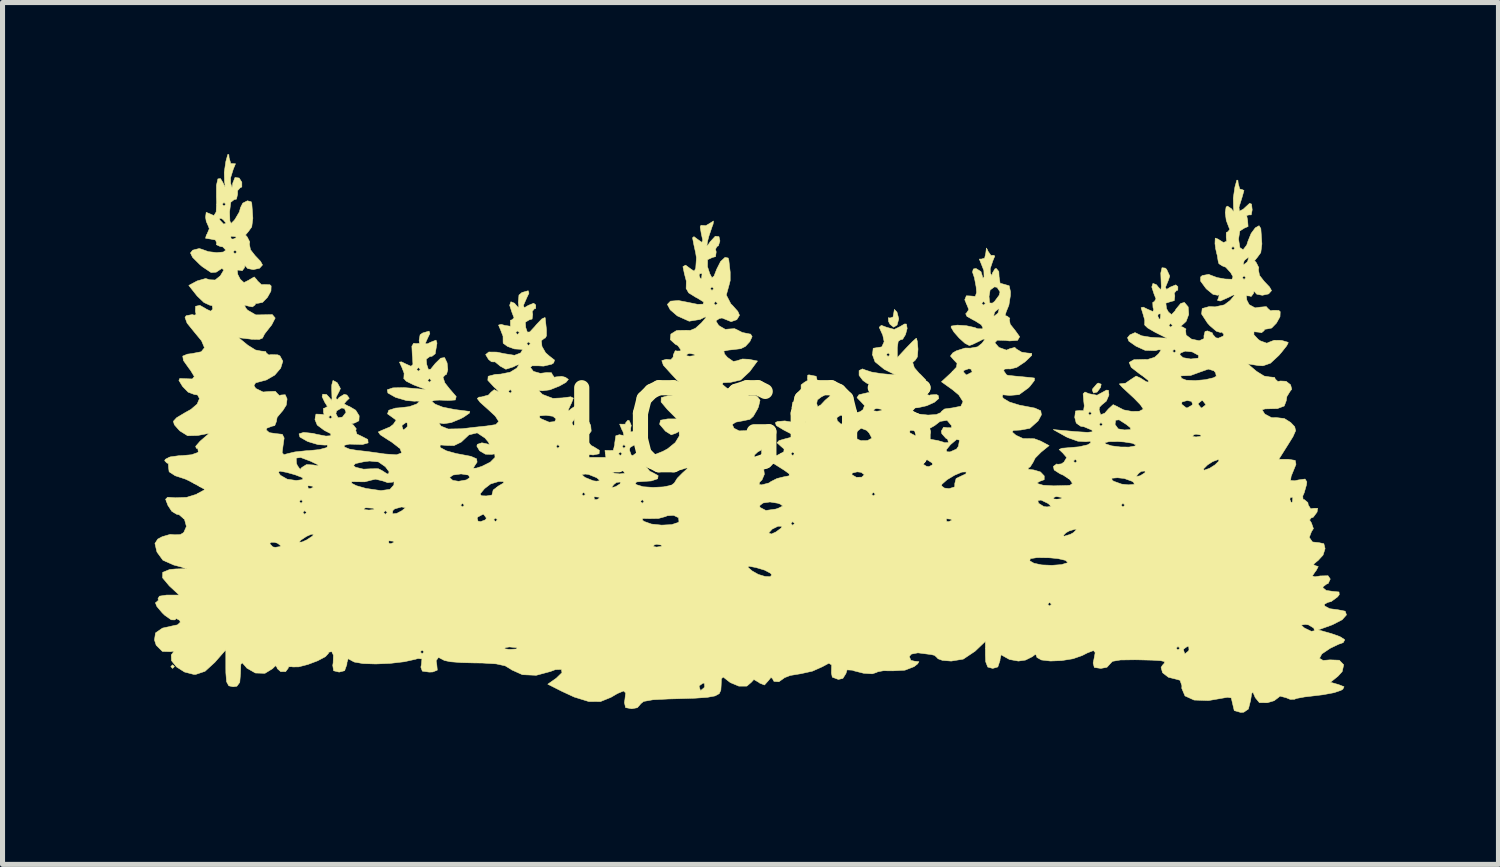
<source format=kicad_pcb>
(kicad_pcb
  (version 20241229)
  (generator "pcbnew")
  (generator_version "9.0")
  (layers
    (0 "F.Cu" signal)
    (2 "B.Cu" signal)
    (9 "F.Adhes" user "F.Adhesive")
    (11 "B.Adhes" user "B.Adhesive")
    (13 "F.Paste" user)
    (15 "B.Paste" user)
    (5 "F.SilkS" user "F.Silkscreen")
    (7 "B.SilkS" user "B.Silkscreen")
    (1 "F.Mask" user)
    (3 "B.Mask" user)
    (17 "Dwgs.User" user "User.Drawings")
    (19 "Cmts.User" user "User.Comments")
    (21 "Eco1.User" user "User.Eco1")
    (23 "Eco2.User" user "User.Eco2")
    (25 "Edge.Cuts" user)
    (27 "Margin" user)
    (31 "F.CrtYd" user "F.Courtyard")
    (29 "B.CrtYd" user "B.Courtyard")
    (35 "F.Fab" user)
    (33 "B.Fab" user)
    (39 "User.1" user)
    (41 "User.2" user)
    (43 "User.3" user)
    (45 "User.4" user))
  (footprint "LOGO3"
    (layer "F.Cu")
    (at 11.794 5.453)
    (property "Reference" "LOGO3" (at 0 0 0) (layer "F.SilkS") (effects (font (size 1.524 1.524) (thickness 0.3))))
    (attr through_hole)
    (fp_poly (pts (xy -11.394 4.681) (xy -11.43 4.717) (xy -11.466 4.681) (xy -11.43 4.645) (xy -11.394 4.681)) (stroke (width 0.01) (type solid)) (fill yes) (layer "F.SilkS"))
    (fp_poly (pts (xy 6.935 -0.904) (xy 6.923 -0.841) (xy 6.856 -0.749) (xy 6.783 -0.729) (xy 6.76 -0.788) (xy 6.766 -0.812) (xy 6.855 -0.915) (xy 6.881 -0.927) (xy 6.935 -0.904)) (stroke (width 0.01) (type solid)) (fill yes) (layer "F.SilkS"))
    (fp_poly (pts (xy 2.895 -2.333) (xy 2.897 -2.329) (xy 2.932 -2.196) (xy 2.898 -2.074) (xy 2.83 -2.032) (xy 2.758 -2.09) (xy 2.73 -2.145) (xy 2.725 -2.22) (xy 2.759 -2.213) (xy 2.818 -2.233) (xy 2.831 -2.3) (xy 2.845 -2.384) (xy 2.895 -2.333)) (stroke (width 0.01) (type solid)) (fill yes) (layer "F.SilkS"))
    (fp_poly (pts (xy -10.318 -5.447) (xy -10.313 -5.384) (xy -10.28 -5.269) (xy -10.225 -5.266) (xy -10.186 -5.264) (xy -10.23 -5.158) (xy -10.284 -4.985) (xy -10.282 -4.877) (xy -10.255 -4.793) (xy -10.243 -4.853) (xy -10.241 -4.88) (xy -10.196 -4.993) (xy -10.114 -4.982) (xy -10.061 -4.899) (xy -10.061 -4.805) (xy -10.093 -4.79) (xy -10.145 -4.732) (xy -10.145 -4.663) (xy -10.167 -4.565) (xy -10.214 -4.554) (xy -10.28 -4.502) (xy -10.303 -4.315) (xy -10.303 -4.3) (xy -10.297 -4.13) (xy -10.272 -4.085) (xy -10.211 -4.146) (xy -10.194 -4.169) (xy -10.11 -4.312) (xy -10.087 -4.397) (xy -10.043 -4.485) (xy -9.951 -4.532) (xy -9.876 -4.513) (xy -9.864 -4.479) (xy -9.854 -4.344) (xy -9.843 -4.186) (xy -9.865 -4.015) (xy -9.931 -3.924) (xy -9.989 -3.855) (xy -9.955 -3.818) (xy -9.904 -3.717) (xy -9.912 -3.676) (xy -9.89 -3.564) (xy -9.8 -3.449) (xy -9.691 -3.334) (xy -9.652 -3.263) (xy -9.71 -3.198) (xy -9.834 -3.171) (xy -9.945 -3.192) (xy -9.969 -3.219) (xy -10.001 -3.252) (xy -10.009 -3.207) (xy -10.055 -3.147) (xy -10.087 -3.157) (xy -10.152 -3.162) (xy -10.141 -3.075) (xy -10.092 -2.98) (xy -10.019 -2.914) (xy -9.918 -2.965) (xy -9.912 -2.97) (xy -9.815 -3.026) (xy -9.76 -2.964) (xy -9.756 -2.952) (xy -9.672 -2.873) (xy -9.617 -2.876) (xy -9.506 -2.871) (xy -9.481 -2.847) (xy -9.485 -2.747) (xy -9.555 -2.621) (xy -9.65 -2.523) (xy -9.73 -2.507) (xy -9.793 -2.497) (xy -9.797 -2.474) (xy -9.852 -2.433) (xy -9.924 -2.447) (xy -10.009 -2.469) (xy -9.986 -2.415) (xy -9.949 -2.37) (xy -9.784 -2.275) (xy -9.641 -2.277) (xy -9.458 -2.281) (xy -9.401 -2.213) (xy -9.471 -2.076) (xy -9.508 -2.03) (xy -9.611 -1.898) (xy -9.652 -1.816) (xy -9.715 -1.79) (xy -9.868 -1.793) (xy -9.888 -1.796) (xy -10.124 -1.824) (xy -9.942 -1.675) (xy -9.791 -1.581) (xy -9.673 -1.558) (xy -9.67 -1.559) (xy -9.588 -1.55) (xy -9.579 -1.524) (xy -9.527 -1.482) (xy -9.489 -1.489) (xy -9.35 -1.485) (xy -9.308 -1.465) (xy -9.25 -1.36) (xy -9.293 -1.221) (xy -9.41 -1.084) (xy -9.576 -0.988) (xy -9.636 -0.972) (xy -9.789 -0.931) (xy -9.821 -0.877) (xy -9.786 -0.821) (xy -9.641 -0.75) (xy -9.53 -0.759) (xy -9.399 -0.764) (xy -9.362 -0.723) (xy -9.317 -0.678) (xy -9.289 -0.69) (xy -9.203 -0.696) (xy -9.166 -0.613) (xy -9.182 -0.491) (xy -9.254 -0.377) (xy -9.264 -0.368) (xy -9.363 -0.249) (xy -9.379 -0.162) (xy -9.41 -0.085) (xy -9.465 -0.073) (xy -9.565 -0.035) (xy -9.579 0) (xy -9.517 0.054) (xy -9.389 0.073) (xy -9.26 0.087) (xy -9.224 0.16) (xy -9.244 0.298) (xy -9.264 0.449) (xy -9.229 0.49) (xy -9.162 0.471) (xy -9.01 0.435) (xy -8.791 0.412) (xy -8.733 0.409) (xy -8.529 0.389) (xy -8.391 0.352) (xy -8.37 0.338) (xy -8.37 0.297) (xy -8.418 0.3) (xy -8.555 0.29) (xy -8.746 0.233) (xy -8.768 0.224) (xy -8.912 0.141) (xy -8.93 0.078) (xy -8.838 0.049) (xy -8.656 0.068) (xy -8.584 0.086) (xy -8.398 0.122) (xy -8.299 0.115) (xy -8.304 0.073) (xy -8.428 0.01) (xy -8.57 -0.096) (xy -8.615 -0.206) (xy -8.606 -0.254) (xy -8.346 -0.254) (xy -8.309 -0.218) (xy -8.273 -0.254) (xy -8.309 -0.29) (xy -8.346 -0.254) (xy -8.606 -0.254) (xy -8.595 -0.313) (xy -8.51 -0.31) (xy -8.433 -0.302) (xy -8.438 -0.321) (xy -8.201 -0.321) (xy -8.158 -0.241) (xy -8.071 -0.254) (xy -7.999 -0.349) (xy -8.031 -0.423) (xy -8.086 -0.435) (xy -8.186 -0.377) (xy -8.201 -0.321) (xy -8.438 -0.321) (xy -8.447 -0.351) (xy -8.447 -0.426) (xy -8.414 -0.435) (xy -8.368 -0.464) (xy -8.42 -0.546) (xy -8.473 -0.658) (xy -8.461 -0.707) (xy -8.386 -0.701) (xy -8.339 -0.651) (xy -8.283 -0.582) (xy -8.277 -0.638) (xy -8.279 -0.653) (xy -8.284 -0.823) (xy -8.282 -0.892) (xy -8.258 -0.979) (xy -8.182 -0.939) (xy -8.17 -0.928) (xy -8.111 -0.818) (xy -8.134 -0.766) (xy -8.196 -0.648) (xy -8.199 -0.62) (xy -8.17 -0.602) (xy -8.135 -0.644) (xy -8.036 -0.704) (xy -7.983 -0.69) (xy -7.936 -0.626) (xy -7.993 -0.571) (xy -8.039 -0.515) (xy -7.953 -0.47) (xy -7.935 -0.465) (xy -7.809 -0.39) (xy -7.74 -0.279) (xy -7.746 -0.18) (xy -7.826 -0.139) (xy -7.892 -0.121) (xy -7.855 -0.097) (xy -7.798 -0.023) (xy -7.808 0.011) (xy -7.785 0.082) (xy -7.7 0.122) (xy -7.57 0.188) (xy -7.563 0.257) (xy -7.677 0.289) (xy -7.711 0.287) (xy -7.936 0.281) (xy -8.039 0.305) (xy -8.032 0.338) (xy -7.93 0.38) (xy -7.784 0.404) (xy -7.588 0.426) (xy -7.333 0.461) (xy -7.239 0.475) (xy -7.003 0.492) (xy -6.9 0.455) (xy -6.932 0.368) (xy -6.969 0.34) (xy -6.141 0.34) (xy -6.131 0.351) (xy -6.016 0.413) (xy -5.822 0.467) (xy -5.768 0.477) (xy -5.531 0.522) (xy -5.418 0.571) (xy -5.408 0.637) (xy -5.447 0.695) (xy -5.485 0.757) (xy -5.425 0.756) (xy -5.312 0.72) (xy -5.146 0.637) (xy -5.054 0.544) (xy -5.053 0.543) (xy -5.06 0.474) (xy -5.121 0.484) (xy -5.243 0.48) (xy -5.359 0.412) (xy -5.409 0.327) (xy -3.846 0.327) (xy -3.81 0.363) (xy -3.774 0.327) (xy -3.81 0.29) (xy -3.846 0.327) (xy -5.409 0.327) (xy -5.413 0.321) (xy -5.403 0.285) (xy -5.314 0.255) (xy -5.241 0.269) (xy -5.164 0.289) (xy -5.184 0.241) (xy -5.252 0.16) (xy -5.406 0.058) (xy -5.57 0.098) (xy -5.721 0.24) (xy -5.865 0.31) (xy -6.006 0.307) (xy -6.137 0.297) (xy -6.141 0.34) (xy -6.969 0.34) (xy -7.101 0.238) (xy -7.166 0.198) (xy -7.323 0.096) (xy -7.362 0.04) (xy -7.298 0.011) (xy -7.129 -0.06) (xy -7.113 -0.073) (xy -6.894 -0.073) (xy -6.87 -0.002) (xy -6.862 0) (xy -6.8 -0.051) (xy -6.785 -0.073) (xy -6.791 -0.139) (xy -6.817 -0.145) (xy -6.891 -0.092) (xy -6.894 -0.073) (xy -7.113 -0.073) (xy -7.065 -0.11) (xy -7.009 -0.194) (xy -7.078 -0.245) (xy -7.18 -0.318) (xy -7.155 -0.389) (xy -7.021 -0.432) (xy -6.949 -0.437) (xy -6.749 -0.46) (xy -6.604 -0.512) (xy -6.543 -0.567) (xy -6.611 -0.571) (xy -6.64 -0.567) (xy -6.805 -0.581) (xy -7.01 -0.641) (xy -7.026 -0.647) (xy -7.172 -0.73) (xy -7.185 -0.794) (xy -7.074 -0.832) (xy -6.85 -0.837) (xy -6.754 -0.829) (xy -6.423 -0.799) (xy -6.663 -0.891) (xy -6.808 -0.963) (xy -6.823 -0.98) (xy -6.386 -0.98) (xy -6.35 -0.943) (xy -6.314 -0.98) (xy -6.35 -1.016) (xy -6.386 -0.98) (xy -6.823 -0.98) (xy -6.861 -1.021) (xy -6.856 -1.03) (xy -6.851 -1.121) (xy -6.88 -1.197) (xy -6.604 -1.197) (xy -6.568 -1.161) (xy -6.531 -1.197) (xy -6.568 -1.234) (xy -6.604 -1.197) (xy -6.88 -1.197) (xy -6.894 -1.233) (xy -6.944 -1.342) (xy -6.901 -1.346) (xy -6.818 -1.305) (xy -6.715 -1.259) (xy -6.677 -1.294) (xy -6.685 -1.439) (xy -6.69 -1.483) (xy -6.698 -1.656) (xy -6.662 -1.715) (xy -6.618 -1.707) (xy -6.546 -1.712) (xy -6.555 -1.771) (xy -6.535 -1.882) (xy -6.485 -1.917) (xy -6.358 -1.954) (xy -6.342 -1.907) (xy -6.389 -1.809) (xy -6.436 -1.704) (xy -6.39 -1.703) (xy -6.326 -1.735) (xy -6.22 -1.776) (xy -6.201 -1.718) (xy -6.206 -1.686) (xy -6.23 -1.548) (xy -6.236 -1.506) (xy -6.3 -1.456) (xy -6.343 -1.451) (xy -6.414 -1.399) (xy -6.405 -1.297) (xy -6.371 -1.195) (xy -6.326 -1.201) (xy -6.235 -1.314) (xy -6.128 -1.419) (xy -6.052 -1.431) (xy -6.051 -1.431) (xy -6.001 -1.325) (xy -5.987 -1.191) (xy -6.013 -1.099) (xy -6.036 -1.089) (xy -6.082 -1.042) (xy -6.046 -0.931) (xy -5.943 -0.8) (xy -5.933 -0.79) (xy -5.821 -0.66) (xy -5.839 -0.592) (xy -5.969 -0.583) (xy -6.151 -0.59) (xy -6.241 -0.586) (xy -6.307 -0.567) (xy -6.245 -0.515) (xy -6.23 -0.506) (xy -6.086 -0.45) (xy -5.849 -0.403) (xy -5.552 -0.365) (xy -5.561 -0.331) (xy -5.672 -0.255) (xy -5.731 -0.223) (xy -5.92 -0.145) (xy -6.071 -0.123) (xy -6.093 -0.128) (xy -6.164 -0.139) (xy -6.121 -0.075) (xy -5.979 -0.018) (xy -5.713 -0.023) (xy -5.685 -0.026) (xy -5.455 -0.053) (xy -5.275 -0.072) (xy -5.225 -0.077) (xy -5.039 -0.105) (xy -4.98 -0.166) (xy -5.048 -0.274) (xy -5.053 -0.278) (xy -4.173 -0.278) (xy -4.169 -0.241) (xy -4.137 -0.218) (xy -3.983 -0.153) (xy -3.873 -0.165) (xy -3.846 -0.218) (xy -3.909 -0.27) (xy -4.046 -0.289) (xy -4.173 -0.278) (xy -5.053 -0.278) (xy -5.189 -0.404) (xy -5.349 -0.547) (xy -5.405 -0.622) (xy -5.369 -0.649) (xy -5.322 -0.652) (xy -5.183 -0.69) (xy -5.134 -0.744) (xy -5.07 -0.796) (xy -4.998 -0.762) (xy -4.973 -0.753) (xy -4.982 -0.762) (xy -4.79 -0.762) (xy -4.753 -0.726) (xy -4.717 -0.762) (xy -4.753 -0.798) (xy -4.79 -0.762) (xy -4.982 -0.762) (xy -5.043 -0.823) (xy -5.074 -0.85) (xy -5.196 -0.982) (xy -5.189 -1.061) (xy -5.048 -1.098) (xy -4.942 -1.104) (xy -4.753 -1.142) (xy -4.626 -1.22) (xy -4.576 -1.292) (xy -4.627 -1.28) (xy -4.694 -1.246) (xy -4.839 -1.2) (xy -4.956 -1.265) (xy -4.966 -1.275) (xy -5.054 -1.347) (xy -5.08 -1.345) (xy -5.123 -1.348) (xy -5.181 -1.394) (xy -5.239 -1.49) (xy -5.177 -1.541) (xy -5.016 -1.539) (xy -4.881 -1.51) (xy -4.668 -1.476) (xy -4.545 -1.523) (xy -4.509 -1.588) (xy -4.536 -1.594) (xy -4.669 -1.602) (xy -4.806 -1.651) (xy -4.879 -1.705) (xy -4.427 -1.705) (xy -4.391 -1.669) (xy -4.354 -1.705) (xy -4.391 -1.742) (xy -4.427 -1.705) (xy -4.879 -1.705) (xy -4.892 -1.714) (xy -4.894 -1.748) (xy -4.895 -1.854) (xy -4.922 -1.923) (xy -4.645 -1.923) (xy -4.608 -1.887) (xy -4.572 -1.923) (xy -4.608 -1.959) (xy -4.645 -1.923) (xy -4.922 -1.923) (xy -4.938 -1.965) (xy -4.984 -2.074) (xy -4.932 -2.088) (xy -4.859 -2.067) (xy -4.747 -2.05) (xy -4.749 -2.097) (xy -4.749 -2.169) (xy -4.719 -2.177) (xy -4.677 -2.216) (xy -4.72 -2.329) (xy -4.764 -2.465) (xy -4.74 -2.535) (xy -4.668 -2.506) (xy -4.634 -2.465) (xy -4.584 -2.411) (xy -4.587 -2.483) (xy -4.594 -2.517) (xy -4.58 -2.667) (xy -4.522 -2.717) (xy -4.397 -2.753) (xy -4.382 -2.705) (xy -4.424 -2.617) (xy -4.492 -2.462) (xy -4.475 -2.415) (xy -4.397 -2.462) (xy -4.289 -2.506) (xy -4.248 -2.471) (xy -4.249 -2.402) (xy -4.275 -2.395) (xy -4.319 -2.342) (xy -4.308 -2.286) (xy -4.32 -2.193) (xy -4.376 -2.177) (xy -4.454 -2.13) (xy -4.446 -2.025) (xy -4.414 -1.934) (xy -4.365 -1.938) (xy -4.266 -2.045) (xy -4.238 -2.08) (xy -4.128 -2.195) (xy -4.065 -2.224) (xy -4.061 -2.213) (xy -4.036 -1.981) (xy -4.036 -1.86) (xy -4.061 -1.817) (xy -4.076 -1.814) (xy -4.137 -1.765) (xy -4.125 -1.652) (xy -4.053 -1.526) (xy -3.979 -1.461) (xy -3.876 -1.381) (xy -3.894 -1.325) (xy -3.932 -1.3) (xy -4.093 -1.262) (xy -4.199 -1.268) (xy -4.321 -1.268) (xy -4.354 -1.237) (xy -4.294 -1.158) (xy -4.157 -1.119) (xy -4.028 -1.135) (xy -3.935 -1.13) (xy -3.919 -1.092) (xy -3.878 -1.039) (xy -3.853 -1.048) (xy -3.736 -1.06) (xy -3.662 -1.041) (xy -3.602 -0.999) (xy -3.651 -0.94) (xy -3.78 -0.868) (xy -3.968 -0.793) (xy -4.117 -0.773) (xy -4.134 -0.776) (xy -4.189 -0.779) (xy -4.125 -0.712) (xy -4.112 -0.701) (xy -3.909 -0.624) (xy -3.723 -0.633) (xy -3.556 -0.655) (xy -3.504 -0.629) (xy -3.54 -0.534) (xy -3.557 -0.501) (xy -3.609 -0.387) (xy -3.588 -0.384) (xy -3.55 -0.417) (xy -3.417 -0.504) (xy -3.347 -0.484) (xy -3.359 -0.386) (xy -3.456 -0.256) (xy -3.533 -0.139) (xy -3.505 -0.085) (xy -3.396 -0.128) (xy -3.375 -0.145) (xy -3.263 -0.201) (xy -3.213 -0.19) (xy -3.161 -0.088) (xy -3.151 0.024) (xy -3.187 0.073) (xy -3.244 0.119) (xy -3.226 0.217) (xy -3.152 0.308) (xy -3.108 0.33) (xy -2.989 0.403) (xy -2.995 0.472) (xy -3.113 0.496) (xy -3.16 0.49) (xy -3.29 0.487) (xy -3.32 0.528) (xy -3.238 0.585) (xy -3.072 0.625) (xy -3.058 0.627) (xy -2.9 0.634) (xy -2.85 0.592) (xy -2.866 0.508) (xy -2.871 0.472) (xy -2.613 0.472) (xy -2.576 0.508) (xy -2.54 0.472) (xy -2.576 0.435) (xy -2.613 0.472) (xy -2.871 0.472) (xy -2.879 0.405) (xy -2.805 0.405) (xy -2.799 0.407) (xy -2.714 0.404) (xy -2.713 0.399) (xy -2.395 0.399) (xy -2.36 0.496) (xy -2.33 0.508) (xy -2.251 0.45) (xy -2.223 0.399) (xy -2.235 0.306) (xy -2.288 0.29) (xy -2.383 0.348) (xy -2.395 0.399) (xy -2.713 0.399) (xy -2.695 0.327) (xy -2.54 0.327) (xy -2.504 0.363) (xy -2.467 0.327) (xy -2.504 0.29) (xy -2.54 0.327) (xy -2.695 0.327) (xy -2.686 0.289) (xy -2.685 0.254) (xy -2.664 0.115) (xy -2.59 0.094) (xy -2.575 0.099) (xy -2.503 0.111) (xy -2.522 0.036) (xy -2.546 -0.01) (xy -2.589 -0.115) (xy -2.548 -0.114) (xy -2.547 -0.113) (xy -2.475 -0.115) (xy -2.467 -0.145) (xy -2.424 -0.193) (xy -2.398 -0.183) (xy -2.359 -0.089) (xy -2.37 -0.033) (xy -2.371 0.04) (xy -2.281 0.025) (xy -2.189 0.01) (xy -2.198 0.094) (xy -2.198 0.095) (xy -2.182 0.226) (xy -2.1 0.293) (xy -2.003 0.379) (xy -1.998 0.439) (xy -1.996 0.497) (xy -1.898 0.49) (xy -1.733 0.424) (xy -1.639 0.373) (xy -1.488 0.25) (xy -1.41 0.121) (xy -1.409 0.115) (xy -1.413 0.028) (xy -1.47 0.062) (xy -1.567 0.097) (xy -1.683 0.024) (xy -1.798 -0.112) (xy -1.78 -0.192) (xy -1.636 -0.218) (xy -1.458 -0.218) (xy -1.644 -0.404) (xy -1.769 -0.553) (xy -1.766 -0.639) (xy -1.632 -0.677) (xy -1.549 -0.682) (xy -1.383 -0.716) (xy -1.341 -0.804) (xy -1.424 -0.953) (xy -1.574 -1.114) (xy -1.724 -1.28) (xy -1.755 -1.371) (xy -1.665 -1.397) (xy -1.578 -1.387) (xy -1.531 -1.438) (xy -1.527 -1.469) (xy -1.275 -1.469) (xy -1.203 -1.457) (xy -1.109 -1.47) (xy -1.108 -1.495) (xy -1.205 -1.513) (xy -1.247 -1.501) (xy -1.275 -1.469) (xy -1.527 -1.469) (xy -1.524 -1.492) (xy -1.489 -1.567) (xy -1.451 -1.56) (xy -1.384 -1.562) (xy -1.379 -1.585) (xy -1.437 -1.668) (xy -1.488 -1.695) (xy -1.587 -1.786) (xy -1.576 -1.895) (xy -1.466 -1.964) (xy -1.433 -1.968) (xy -1.268 -1.971) (xy -1.191 -1.968) (xy -1.09 -2.01) (xy -0.973 -2.115) (xy -0.881 -2.222) (xy -0.891 -2.238) (xy -0.998 -2.185) (xy -1.213 -2.15) (xy -1.449 -2.256) (xy -1.589 -2.377) (xy -1.645 -2.483) (xy -1.583 -2.547) (xy -1.425 -2.559) (xy -1.257 -2.527) (xy -1.047 -2.484) (xy -0.933 -2.488) (xy -0.931 -2.504) (xy -0.726 -2.504) (xy -0.689 -2.467) (xy -0.653 -2.504) (xy -0.689 -2.54) (xy -0.726 -2.504) (xy -0.931 -2.504) (xy -0.928 -2.531) (xy -1.05 -2.607) (xy -1.074 -2.618) (xy -1.224 -2.711) (xy -1.27 -2.794) (xy -0.798 -2.794) (xy -0.762 -2.758) (xy -0.726 -2.794) (xy -0.762 -2.83) (xy -0.798 -2.794) (xy -1.27 -2.794) (xy -1.275 -2.803) (xy -1.273 -2.813) (xy -1.27 -2.945) (xy -1.297 -3.048) (xy -1.016 -3.048) (xy -0.989 -2.988) (xy -0.968 -3) (xy -0.959 -3.086) (xy -0.968 -3.096) (xy -1.011 -3.086) (xy -1.016 -3.048) (xy -1.297 -3.048) (xy -1.307 -3.085) (xy -1.337 -3.23) (xy -1.284 -3.259) (xy -1.176 -3.179) (xy -1.115 -3.14) (xy -1.084 -3.196) (xy -1.072 -3.371) (xy -1.071 -3.411) (xy -1.085 -3.5) (xy -1.12 -3.659) (xy -1.147 -3.8) (xy -1.119 -3.823) (xy -1.045 -3.768) (xy -0.962 -3.71) (xy -0.945 -3.751) (xy -0.974 -3.882) (xy -0.996 -4.016) (xy -0.978 -4.05) (xy -0.974 -4.046) (xy -0.883 -4.041) (xy -0.81 -4.083) (xy -0.733 -4.132) (xy -0.74 -4.071) (xy -0.757 -4.028) (xy -0.823 -3.833) (xy -0.848 -3.737) (xy -0.865 -3.639) (xy -0.83 -3.673) (xy -0.8 -3.719) (xy -0.697 -3.831) (xy -0.624 -3.823) (xy -0.605 -3.737) (xy -0.636 -3.641) (xy -0.663 -3.629) (xy -0.692 -3.575) (xy -0.679 -3.52) (xy -0.692 -3.427) (xy -0.754 -3.411) (xy -0.849 -3.367) (xy -0.851 -3.229) (xy -0.805 -3.088) (xy -0.763 -3.01) (xy -0.722 -3.043) (xy -0.669 -3.179) (xy -0.592 -3.331) (xy -0.505 -3.412) (xy -0.442 -3.4) (xy -0.429 -3.356) (xy -0.417 -3.249) (xy -0.402 -3.121) (xy -0.402 -2.953) (xy -0.424 -2.867) (xy -0.479 -2.668) (xy -0.389 -2.493) (xy -0.358 -2.464) (xy -0.251 -2.344) (xy -0.218 -2.267) (xy -0.272 -2.18) (xy -0.384 -2.141) (xy -0.472 -2.177) (xy -0.564 -2.214) (xy -0.617 -2.203) (xy -0.685 -2.157) (xy -0.639 -2.08) (xy -0.616 -2.057) (xy -0.499 -1.989) (xy -0.436 -1.995) (xy -0.316 -2.003) (xy -0.272 -1.983) (xy -0.162 -1.927) (xy -0.018 -1.898) (xy 0.001 -1.896) (xy 0.032 -1.846) (xy -0.013 -1.748) (xy -0.101 -1.652) (xy -0.191 -1.607) (xy -0.347 -1.588) (xy -0.433 -1.579) (xy -0.529 -1.559) (xy -0.513 -1.5) (xy -0.456 -1.434) (xy -0.342 -1.355) (xy -0.274 -1.366) (xy -0.16 -1.403) (xy -0.036 -1.397) (xy 0.138 -1.363) (xy -0.017 -1.153) (xy -0.194 -0.988) (xy -0.395 -0.941) (xy -0.542 -0.934) (xy -0.56 -0.903) (xy -0.472 -0.829) (xy -0.311 -0.756) (xy -0.2 -0.752) (xy -0.094 -0.748) (xy -0.073 -0.715) (xy -0.031 -0.673) (xy -0.015 -0.68) (xy 0.091 -0.68) (xy 0.134 -0.66) (xy 0.188 -0.588) (xy 0.158 -0.458) (xy 0.137 -0.411) (xy 0.055 -0.269) (xy -0.012 -0.209) (xy -0.137 -0.183) (xy -0.145 -0.181) (xy -0.285 -0.155) (xy -0.29 -0.154) (xy -0.362 -0.108) (xy -0.327 -0.033) (xy -0.224 0.019) (xy -0.071 0.014) (xy -0.006 -0.023) (xy 0.061 -0.063) (xy 0.073 -0.023) (xy 0.133 0.056) (xy 0.223 0.095) (xy 0.327 0.145) (xy 0.315 0.242) (xy 0.293 0.285) (xy 0.204 0.402) (xy 0.143 0.435) (xy 0.08 0.494) (xy 0.073 0.544) (xy 0.013 0.637) (xy -0.054 0.655) (xy -0.14 0.664) (xy -0.101 0.704) (xy -0.05 0.734) (xy 0.106 0.779) (xy 0.189 0.769) (xy 0.262 0.785) (xy 0.274 0.877) (xy 0.227 0.988) (xy 0.181 1.033) (xy 0.17 1.079) (xy 0.221 1.087) (xy 0.365 1.049) (xy 0.403 1.022) (xy 0.524 0.961) (xy 0.653 0.929) (xy 0.762 0.908) (xy 0.767 0.886) (xy 2.005 0.886) (xy 2.091 0.936) (xy 2.199 0.935) (xy 2.25 0.886) (xy 2.189 0.839) (xy 2.11 0.829) (xy 2.011 0.853) (xy 2.005 0.886) (xy 0.767 0.886) (xy 0.771 0.873) (xy 0.67 0.799) (xy 0.586 0.746) (xy 0.382 0.617) (xy 3.367 0.617) (xy 3.375 0.653) (xy 3.479 0.719) (xy 3.528 0.726) (xy 3.6 0.689) (xy 3.592 0.653) (xy 3.488 0.587) (xy 3.439 0.581) (xy 3.367 0.617) (xy 0.382 0.617) (xy 0.338 0.589) (xy 0.531 0.501) (xy 0.585 0.472) (xy 0.798 0.472) (xy 0.835 0.508) (xy 0.871 0.472) (xy 1.814 0.472) (xy 1.851 0.508) (xy 1.887 0.472) (xy 1.959 0.472) (xy 1.996 0.508) (xy 2.032 0.472) (xy 1.996 0.435) (xy 1.959 0.472) (xy 1.887 0.472) (xy 1.851 0.435) (xy 1.814 0.472) (xy 0.871 0.472) (xy 0.835 0.435) (xy 0.798 0.472) (xy 0.585 0.472) (xy 0.658 0.433) (xy 0.662 0.395) (xy 3.87 0.395) (xy 3.885 0.432) (xy 3.946 0.435) (xy 4.075 0.378) (xy 4.112 0.323) (xy 4.133 0.201) (xy 4.075 0.189) (xy 3.956 0.29) (xy 3.87 0.395) (xy 0.662 0.395) (xy 0.664 0.378) (xy 0.598 0.321) (xy 0.525 0.254) (xy 0.564 0.211) (xy 0.682 0.177) (xy 0.808 0.145) (xy 0.943 0.145) (xy 0.968 0.216) (xy 0.975 0.218) (xy 1.037 0.167) (xy 1.052 0.145) (xy 1.051 0.13) (xy 2.068 0.13) (xy 2.081 0.17) (xy 2.184 0.212) (xy 2.313 0.21) (xy 2.392 0.168) (xy 2.395 0.154) (xy 2.345 0.058) (xy 2.334 0.047) (xy 3.146 0.047) (xy 3.159 0.062) (xy 3.275 0.123) (xy 3.468 0.171) (xy 3.514 0.178) (xy 3.703 0.21) (xy 3.821 0.244) (xy 3.832 0.252) (xy 3.907 0.25) (xy 3.913 0.244) (xy 3.899 0.184) (xy 3.864 0.165) (xy 3.783 0.074) (xy 3.774 0.022) (xy 3.819 -0.054) (xy 3.889 -0.044) (xy 3.974 -0.042) (xy 3.975 -0.086) (xy 3.887 -0.19) (xy 3.748 -0.168) (xy 3.642 -0.086) (xy 3.454 0.021) (xy 3.292 0.019) (xy 3.156 0.007) (xy 3.146 0.047) (xy 2.334 0.047) (xy 2.296 0.008) (xy 2.187 -0.033) (xy 2.115 0.024) (xy 2.068 0.13) (xy 1.051 0.13) (xy 1.047 0.078) (xy 1.02 0.073) (xy 0.946 0.125) (xy 0.943 0.145) (xy 0.808 0.145) (xy 0.893 0.124) (xy 0.655 0.001) (xy 0.51 -0.087) (xy 0.491 -0.143) (xy 0.531 -0.166) (xy 0.679 -0.178) (xy 0.867 -0.146) (xy 1.023 -0.125) (xy 1.09 -0.154) (xy 1.048 -0.211) (xy 0.975 -0.242) (xy 1.707 -0.242) (xy 1.715 -0.182) (xy 1.79 -0.113) (xy 1.868 -0.152) (xy 1.887 -0.222) (xy 1.828 -0.283) (xy 1.78 -0.29) (xy 1.707 -0.242) (xy 0.975 -0.242) (xy 0.959 -0.249) (xy 0.848 -0.347) (xy 0.818 -0.442) (xy 0.837 -0.551) (xy 0.92 -0.55) (xy 0.995 -0.546) (xy 1.011 -0.64) (xy 1.001 -0.725) (xy 1 -0.891) (xy 1.068 -0.943) (xy 1.069 -0.943) (xy 1.134 -0.982) (xy 1.125 -1.016) (xy 1.131 -1.083) (xy 1.157 -1.089) (xy 1.298 -1.061) (xy 1.322 -0.967) (xy 1.321 -0.963) (xy 1.352 -0.905) (xy 1.408 -0.915) (xy 1.491 -0.905) (xy 1.505 -0.804) (xy 1.458 -0.683) (xy 1.4 -0.653) (xy 1.322 -0.594) (xy 1.309 -0.526) (xy 1.326 -0.459) (xy 1.39 -0.495) (xy 1.475 -0.586) (xy 1.612 -0.703) (xy 1.725 -0.74) (xy 1.78 -0.695) (xy 1.766 -0.612) (xy 1.772 -0.522) (xy 1.807 -0.508) (xy 1.869 -0.454) (xy 1.869 -0.417) (xy 1.909 -0.348) (xy 2.028 -0.327) (xy 2.165 -0.359) (xy 2.197 -0.38) (xy 2.426 -0.38) (xy 2.498 -0.369) (xy 2.592 -0.382) (xy 2.593 -0.407) (xy 2.496 -0.424) (xy 2.454 -0.412) (xy 2.426 -0.38) (xy 2.197 -0.38) (xy 2.222 -0.397) (xy 2.255 -0.482) (xy 2.186 -0.556) (xy 2.106 -0.639) (xy 2.145 -0.696) (xy 2.315 -0.736) (xy 2.418 -0.749) (xy 2.609 -0.781) (xy 2.731 -0.824) (xy 2.742 -0.832) (xy 2.727 -0.868) (xy 2.649 -0.87) (xy 2.452 -0.865) (xy 2.306 -0.92) (xy 2.224 -0.977) (xy 2.147 -1.08) (xy 2.147 -1.174) (xy 2.214 -1.207) (xy 2.27 -1.185) (xy 2.395 -1.144) (xy 2.588 -1.113) (xy 2.61 -1.111) (xy 2.867 -1.088) (xy 2.646 -1.198) (xy 2.462 -1.348) (xy 2.412 -1.486) (xy 2.412 -1.488) (xy 2.685 -1.488) (xy 2.721 -1.451) (xy 2.758 -1.488) (xy 2.721 -1.524) (xy 2.685 -1.488) (xy 2.412 -1.488) (xy 2.426 -1.615) (xy 2.495 -1.626) (xy 2.596 -1.642) (xy 2.643 -1.745) (xy 2.614 -1.881) (xy 2.607 -1.893) (xy 2.545 -2.03) (xy 2.587 -2.069) (xy 2.69 -2.03) (xy 2.844 -1.988) (xy 2.946 -2.037) (xy 3.047 -2.096) (xy 3.083 -2.094) (xy 3.098 -2.007) (xy 3.065 -1.885) (xy 3.009 -1.793) (xy 2.967 -1.783) (xy 2.921 -1.752) (xy 2.903 -1.627) (xy 2.903 -1.43) (xy 3.081 -1.622) (xy 3.203 -1.748) (xy 3.276 -1.812) (xy 3.281 -1.814) (xy 3.299 -1.751) (xy 3.312 -1.599) (xy 3.312 -1.597) (xy 3.3 -1.444) (xy 3.258 -1.379) (xy 3.257 -1.379) (xy 3.207 -1.334) (xy 3.24 -1.231) (xy 3.339 -1.116) (xy 3.356 -1.103) (xy 3.47 -0.985) (xy 3.445 -0.907) (xy 3.281 -0.871) (xy 3.211 -0.869) (xy 3.047 -0.861) (xy 3.01 -0.836) (xy 3.071 -0.79) (xy 3.224 -0.744) (xy 3.304 -0.753) (xy 3.419 -0.749) (xy 3.45 -0.721) (xy 3.537 -0.683) (xy 3.561 -0.693) (xy 3.677 -0.699) (xy 3.711 -0.683) (xy 3.724 -0.622) (xy 3.636 -0.546) (xy 3.484 -0.478) (xy 3.309 -0.439) (xy 3.266 -0.437) (xy 3.149 -0.424) (xy 3.163 -0.384) (xy 3.193 -0.363) (xy 3.332 -0.313) (xy 3.511 -0.294) (xy 3.674 -0.304) (xy 3.768 -0.345) (xy 3.774 -0.363) (xy 3.837 -0.414) (xy 3.989 -0.435) (xy 3.991 -0.435) (xy 4.16 -0.469) (xy 4.203 -0.559) (xy 4.119 -0.692) (xy 3.992 -0.798) (xy 3.776 -0.952) (xy 3.957 -1.12) (xy 3.985 -1.149) (xy 4.209 -1.149) (xy 4.264 -1.09) (xy 4.277 -1.089) (xy 4.377 -1.141) (xy 4.383 -1.149) (xy 4.361 -1.202) (xy 4.315 -1.21) (xy 4.22 -1.176) (xy 4.209 -1.149) (xy 3.985 -1.149) (xy 4.072 -1.24) (xy 4.085 -1.317) (xy 4.023 -1.382) (xy 3.954 -1.461) (xy 4 -1.523) (xy 4.07 -1.564) (xy 4.242 -1.619) (xy 4.352 -1.618) (xy 4.49 -1.643) (xy 4.577 -1.712) (xy 4.64 -1.798) (xy 4.6 -1.794) (xy 4.522 -1.754) (xy 4.387 -1.689) (xy 4.327 -1.669) (xy 4.242 -1.713) (xy 4.127 -1.817) (xy 4.022 -1.937) (xy 3.966 -2.031) (xy 3.97 -2.054) (xy 4.088 -2.073) (xy 4.27 -2.061) (xy 4.438 -2.024) (xy 4.49 -2.001) (xy 4.582 -1.999) (xy 4.598 -2.015) (xy 4.564 -2.08) (xy 4.434 -2.162) (xy 4.406 -2.175) (xy 4.279 -2.247) (xy 4.276 -2.254) (xy 4.808 -2.254) (xy 4.817 -2.25) (xy 4.884 -2.301) (xy 4.899 -2.322) (xy 4.917 -2.39) (xy 4.907 -2.395) (xy 4.841 -2.344) (xy 4.826 -2.322) (xy 4.808 -2.254) (xy 4.276 -2.254) (xy 4.255 -2.299) (xy 4.267 -2.305) (xy 4.317 -2.379) (xy 4.302 -2.419) (xy 4.267 -2.504) (xy 4.572 -2.504) (xy 4.608 -2.467) (xy 4.645 -2.504) (xy 4.608 -2.54) (xy 4.572 -2.504) (xy 4.267 -2.504) (xy 4.237 -2.574) (xy 4.269 -2.653) (xy 4.355 -2.649) (xy 4.446 -2.64) (xy 4.446 -2.64) (xy 4.717 -2.64) (xy 4.729 -2.512) (xy 4.782 -2.507) (xy 4.826 -2.54) (xy 4.918 -2.664) (xy 4.935 -2.73) (xy 4.877 -2.819) (xy 4.826 -2.83) (xy 4.739 -2.767) (xy 4.717 -2.64) (xy 4.446 -2.64) (xy 4.471 -2.719) (xy 4.462 -2.829) (xy 4.428 -3.01) (xy 4.39 -3.122) (xy 4.407 -3.183) (xy 4.459 -3.193) (xy 4.557 -3.133) (xy 4.578 -3.066) (xy 4.597 -2.999) (xy 4.619 -3.026) (xy 4.615 -3.152) (xy 4.569 -3.27) (xy 4.525 -3.379) (xy 4.565 -3.379) (xy 4.63 -3.397) (xy 4.653 -3.497) (xy 4.665 -3.597) (xy 4.689 -3.558) (xy 4.695 -3.537) (xy 4.755 -3.451) (xy 4.802 -3.455) (xy 4.832 -3.44) (xy 4.792 -3.343) (xy 4.74 -3.188) (xy 4.743 -3.098) (xy 4.775 -3.053) (xy 4.784 -3.102) (xy 4.835 -3.187) (xy 4.861 -3.193) (xy 4.911 -3.132) (xy 4.916 -3.03) (xy 4.936 -2.902) (xy 5.026 -2.877) (xy 5.116 -2.851) (xy 5.142 -2.73) (xy 5.14 -2.659) (xy 5.11 -2.468) (xy 5.058 -2.34) (xy 5.034 -2.262) (xy 5.075 -2.25) (xy 5.129 -2.208) (xy 5.119 -2.181) (xy 5.136 -2.09) (xy 5.235 -1.966) (xy 5.323 -1.843) (xy 5.281 -1.771) (xy 5.119 -1.76) (xy 5.044 -1.77) (xy 4.88 -1.775) (xy 4.832 -1.724) (xy 4.912 -1.632) (xy 5.062 -1.578) (xy 5.128 -1.606) (xy 5.227 -1.632) (xy 5.259 -1.6) (xy 5.362 -1.538) (xy 5.465 -1.522) (xy 5.562 -1.513) (xy 5.562 -1.474) (xy 5.46 -1.375) (xy 5.424 -1.343) (xy 5.265 -1.237) (xy 5.132 -1.204) (xy 5.115 -1.208) (xy 5.023 -1.204) (xy 5.007 -1.169) (xy 5.065 -1.088) (xy 5.098 -1.079) (xy 5.238 -1.064) (xy 5.37 -1.052) (xy 5.535 -1.036) (xy 5.616 -1.026) (xy 5.614 -0.976) (xy 5.527 -0.864) (xy 5.496 -0.832) (xy 5.312 -0.698) (xy 5.124 -0.682) (xy 5.118 -0.683) (xy 4.989 -0.695) (xy 4.979 -0.655) (xy 5.003 -0.622) (xy 5.122 -0.551) (xy 5.319 -0.49) (xy 5.383 -0.478) (xy 5.623 -0.432) (xy 5.74 -0.379) (xy 5.753 -0.299) (xy 5.688 -0.178) (xy 5.525 -0.032) (xy 5.344 0.002) (xy 5.196 0.01) (xy 5.175 0.041) (xy 5.25 0.106) (xy 5.394 0.172) (xy 5.481 0.171) (xy 5.613 0.174) (xy 5.741 0.222) (xy 5.906 0.31) (xy 5.747 0.439) (xy 5.63 0.557) (xy 5.588 0.641) (xy 5.531 0.731) (xy 5.497 0.75) (xy 5.491 0.778) (xy 5.603 0.792) (xy 5.606 0.793) (xy 5.734 0.831) (xy 5.809 0.91) (xy 5.808 0.985) (xy 5.721 1.016) (xy 5.673 1.045) (xy 5.685 1.064) (xy 5.788 1.094) (xy 5.995 1.106) (xy 6.263 1.099) (xy 6.318 1.095) (xy 6.367 1.057) (xy 6.314 0.98) (xy 6.278 0.956) (xy 7.141 0.956) (xy 7.155 0.996) (xy 7.185 1.016) (xy 7.341 1.072) (xy 7.475 1.086) (xy 7.591 1.076) (xy 7.577 1.036) (xy 7.547 1.016) (xy 7.391 0.96) (xy 7.257 0.946) (xy 7.141 0.956) (xy 6.278 0.956) (xy 6.228 0.923) (xy 7.627 0.923) (xy 7.7 0.908) (xy 7.714 0.902) (xy 7.803 0.845) (xy 7.803 0.812) (xy 7.727 0.82) (xy 7.673 0.862) (xy 7.627 0.923) (xy 6.228 0.923) (xy 6.188 0.896) (xy 6.121 0.867) (xy 6.005 0.792) (xy 6.001 0.771) (xy 8.959 0.771) (xy 8.971 0.798) (xy 9.081 0.758) (xy 9.185 0.692) (xy 9.265 0.613) (xy 9.253 0.585) (xy 9.143 0.625) (xy 9.039 0.692) (xy 8.959 0.771) (xy 6.001 0.771) (xy 5.99 0.721) (xy 6.057 0.672) (xy 6.075 0.68) (xy 6.15 0.671) (xy 6.203 0.632) (xy 6.211 0.617) (xy 6.386 0.617) (xy 6.423 0.653) (xy 6.459 0.617) (xy 6.423 0.581) (xy 6.386 0.617) (xy 6.211 0.617) (xy 6.253 0.545) (xy 6.177 0.457) (xy 6.103 0.387) (xy 6.159 0.362) (xy 6.205 0.359) (xy 6.495 0.334) (xy 6.666 0.295) (xy 6.731 0.255) (xy 6.73 0.254) (xy 7.009 0.254) (xy 7.02 0.275) (xy 7.14 0.315) (xy 7.315 0.337) (xy 7.487 0.339) (xy 7.602 0.318) (xy 7.62 0.297) (xy 7.555 0.264) (xy 7.389 0.238) (xy 7.275 0.23) (xy 7.089 0.232) (xy 7.009 0.254) (xy 6.73 0.254) (xy 6.718 0.223) (xy 6.634 0.233) (xy 6.474 0.223) (xy 6.273 0.151) (xy 6.235 0.131) (xy 6.229 0.128) (xy 8.74 0.128) (xy 8.811 0.139) (xy 8.906 0.126) (xy 8.907 0.101) (xy 8.81 0.084) (xy 8.768 0.096) (xy 8.74 0.128) (xy 6.229 0.128) (xy 5.987 -0.007) (xy 6.423 0.033) (xy 6.664 0.048) (xy 6.768 0.036) (xy 6.749 0.002) (xy 6.594 -0.063) (xy 6.531 -0.072) (xy 6.479 -0.109) (xy 6.894 -0.109) (xy 6.931 -0.073) (xy 6.967 -0.109) (xy 7.209 -0.109) (xy 7.272 -0.021) (xy 7.392 0) (xy 7.518 -0.006) (xy 7.511 -0.045) (xy 7.434 -0.107) (xy 7.289 -0.2) (xy 7.222 -0.192) (xy 7.209 -0.109) (xy 6.967 -0.109) (xy 6.931 -0.145) (xy 6.894 -0.109) (xy 6.479 -0.109) (xy 6.442 -0.136) (xy 6.412 -0.249) (xy 6.422 -0.327) (xy 6.677 -0.327) (xy 6.713 -0.29) (xy 6.749 -0.327) (xy 6.713 -0.363) (xy 6.677 -0.327) (xy 6.422 -0.327) (xy 6.428 -0.375) (xy 6.508 -0.384) (xy 6.513 -0.382) (xy 6.587 -0.38) (xy 6.601 -0.476) (xy 6.591 -0.564) (xy 6.578 -0.714) (xy 6.615 -0.75) (xy 6.694 -0.716) (xy 6.854 -0.686) (xy 6.937 -0.731) (xy 7.041 -0.788) (xy 7.079 -0.783) (xy 7.089 -0.69) (xy 7.038 -0.571) (xy 6.963 -0.508) (xy 6.959 -0.508) (xy 6.902 -0.449) (xy 6.894 -0.399) (xy 6.924 -0.3) (xy 7.006 -0.331) (xy 7.081 -0.417) (xy 7.172 -0.5) (xy 7.261 -0.459) (xy 7.267 -0.454) (xy 7.381 -0.396) (xy 7.541 -0.366) (xy 7.688 -0.369) (xy 7.764 -0.408) (xy 7.765 -0.417) (xy 7.715 -0.493) (xy 7.701 -0.508) (xy 8.527 -0.508) (xy 8.617 -0.438) (xy 8.636 -0.435) (xy 8.73 -0.488) (xy 8.745 -0.508) (xy 8.854 -0.508) (xy 8.909 -0.438) (xy 8.926 -0.435) (xy 8.997 -0.491) (xy 8.999 -0.508) (xy 8.944 -0.578) (xy 8.926 -0.581) (xy 8.856 -0.525) (xy 8.854 -0.508) (xy 8.745 -0.508) (xy 8.722 -0.565) (xy 8.636 -0.581) (xy 8.533 -0.553) (xy 8.527 -0.508) (xy 7.701 -0.508) (xy 7.588 -0.625) (xy 7.493 -0.713) (xy 7.356 -0.84) (xy 7.294 -0.909) (xy 7.306 -0.912) (xy 7.417 -0.924) (xy 7.51 -0.989) (xy 7.626 -1.065) (xy 7.712 -1.026) (xy 7.828 -0.953) (xy 7.87 -0.945) (xy 7.866 -0.979) (xy 7.763 -1.062) (xy 7.755 -1.068) (xy 8.507 -1.068) (xy 8.524 -1.02) (xy 8.617 -0.984) (xy 8.793 -0.976) (xy 8.992 -0.993) (xy 9.156 -1.031) (xy 9.212 -1.062) (xy 9.198 -1.129) (xy 9.166 -1.169) (xy 9.055 -1.203) (xy 8.88 -1.141) (xy 8.705 -1.077) (xy 8.572 -1.071) (xy 8.571 -1.072) (xy 8.507 -1.068) (xy 7.755 -1.068) (xy 7.711 -1.097) (xy 7.53 -1.237) (xy 7.488 -1.335) (xy 7.583 -1.389) (xy 7.813 -1.395) (xy 7.849 -1.392) (xy 7.991 -1.436) (xy 8.051 -1.488) (xy 8.491 -1.488) (xy 8.554 -1.429) (xy 8.706 -1.403) (xy 8.711 -1.403) (xy 8.856 -1.42) (xy 8.863 -1.471) (xy 8.857 -1.477) (xy 8.736 -1.543) (xy 8.597 -1.558) (xy 8.502 -1.52) (xy 8.491 -1.488) (xy 8.051 -1.488) (xy 8.066 -1.5) (xy 8.107 -1.56) (xy 8.346 -1.56) (xy 8.382 -1.524) (xy 8.418 -1.56) (xy 8.382 -1.597) (xy 8.346 -1.56) (xy 8.107 -1.56) (xy 8.122 -1.583) (xy 8.066 -1.585) (xy 8.007 -1.568) (xy 7.805 -1.574) (xy 7.624 -1.656) (xy 7.483 -1.755) (xy 7.456 -1.824) (xy 7.503 -1.88) (xy 7.605 -1.925) (xy 7.645 -1.906) (xy 7.735 -1.862) (xy 7.912 -1.833) (xy 7.96 -1.829) (xy 8.237 -1.814) (xy 7.999 -1.933) (xy 7.853 -2.018) (xy 7.803 -2.068) (xy 8.273 -2.068) (xy 8.309 -2.032) (xy 8.346 -2.068) (xy 8.309 -2.105) (xy 8.273 -2.068) (xy 7.803 -2.068) (xy 7.793 -2.078) (xy 7.795 -2.086) (xy 7.797 -2.171) (xy 7.775 -2.25) (xy 8.055 -2.25) (xy 8.082 -2.19) (xy 8.104 -2.201) (xy 8.112 -2.287) (xy 8.104 -2.298) (xy 8.061 -2.288) (xy 8.055 -2.25) (xy 7.775 -2.25) (xy 7.762 -2.295) (xy 7.724 -2.417) (xy 7.767 -2.429) (xy 7.85 -2.388) (xy 7.959 -2.341) (xy 7.974 -2.381) (xy 7.96 -2.423) (xy 7.955 -2.521) (xy 7.988 -2.54) (xy 8.019 -2.592) (xy 7.98 -2.691) (xy 7.936 -2.827) (xy 7.959 -2.898) (xy 8.028 -2.872) (xy 8.063 -2.828) (xy 8.116 -2.77) (xy 8.125 -2.842) (xy 8.123 -2.867) (xy 8.114 -3.102) (xy 8.138 -3.208) (xy 8.201 -3.201) (xy 8.229 -3.178) (xy 8.291 -3.043) (xy 8.265 -2.962) (xy 8.205 -2.818) (xy 8.23 -2.779) (xy 8.303 -2.825) (xy 8.411 -2.869) (xy 8.452 -2.834) (xy 8.451 -2.764) (xy 8.425 -2.758) (xy 8.381 -2.705) (xy 8.392 -2.649) (xy 8.38 -2.556) (xy 8.317 -2.54) (xy 8.214 -2.507) (xy 8.228 -2.399) (xy 8.266 -2.331) (xy 8.327 -2.281) (xy 8.395 -2.353) (xy 8.415 -2.389) (xy 8.508 -2.501) (xy 8.581 -2.522) (xy 8.656 -2.433) (xy 8.667 -2.285) (xy 8.615 -2.146) (xy 8.57 -2.104) (xy 8.506 -2.048) (xy 8.55 -2.034) (xy 8.613 -1.996) (xy 8.605 -1.968) (xy 8.615 -1.876) (xy 8.722 -1.796) (xy 8.875 -1.764) (xy 8.969 -1.806) (xy 8.968 -1.863) (xy 8.99 -1.947) (xy 9.037 -1.959) (xy 9.133 -1.92) (xy 9.144 -1.887) (xy 9.203 -1.822) (xy 9.253 -1.814) (xy 9.349 -1.856) (xy 9.362 -1.891) (xy 9.318 -1.936) (xy 9.296 -1.927) (xy 9.213 -1.952) (xy 9.085 -2.062) (xy 9.037 -2.115) (xy 8.921 -2.293) (xy 8.933 -2.401) (xy 9.072 -2.44) (xy 9.189 -2.434) (xy 9.371 -2.474) (xy 9.487 -2.561) (xy 9.572 -2.662) (xy 9.552 -2.671) (xy 9.457 -2.623) (xy 9.29 -2.549) (xy 9.235 -2.563) (xy 9.26 -2.624) (xy 9.269 -2.674) (xy 9.239 -2.663) (xy 9.148 -2.681) (xy 9.021 -2.785) (xy 9.002 -2.806) (xy 8.901 -2.944) (xy 8.902 -3.025) (xy 8.934 -3.053) (xy 9.062 -3.077) (xy 9.105 -3.059) (xy 9.229 -3.013) (xy 9.384 -2.985) (xy 9.522 -2.98) (xy 9.536 -3.012) (xy 9.725 -3.012) (xy 9.761 -2.975) (xy 9.797 -3.012) (xy 9.761 -3.048) (xy 9.725 -3.012) (xy 9.536 -3.012) (xy 9.543 -3.027) (xy 9.497 -3.11) (xy 9.399 -3.218) (xy 9.333 -3.243) (xy 9.291 -3.27) (xy 9.742 -3.27) (xy 9.752 -3.266) (xy 9.819 -3.317) (xy 9.833 -3.338) (xy 9.852 -3.406) (xy 9.842 -3.411) (xy 9.776 -3.36) (xy 9.761 -3.338) (xy 9.742 -3.27) (xy 9.291 -3.27) (xy 9.263 -3.289) (xy 9.249 -3.338) (xy 9.23 -3.458) (xy 9.222 -3.483) (xy 9.201 -3.577) (xy 9.199 -3.592) (xy 9.507 -3.592) (xy 9.543 -3.556) (xy 9.579 -3.592) (xy 9.543 -3.629) (xy 9.507 -3.592) (xy 9.199 -3.592) (xy 9.186 -3.686) (xy 9.191 -3.794) (xy 9.243 -3.776) (xy 9.354 -3.706) (xy 9.417 -3.732) (xy 9.408 -3.81) (xy 9.409 -3.903) (xy 9.441 -3.919) (xy 9.478 -3.965) (xy 9.461 -4.007) (xy 9.409 -4.144) (xy 9.389 -4.298) (xy 9.406 -4.408) (xy 9.433 -4.427) (xy 9.516 -4.371) (xy 9.538 -4.336) (xy 9.56 -4.322) (xy 9.552 -4.404) (xy 9.548 -4.586) (xy 9.58 -4.802) (xy 9.58 -4.803) (xy 9.618 -4.94) (xy 9.639 -4.939) (xy 9.645 -4.876) (xy 9.676 -4.765) (xy 9.724 -4.753) (xy 9.76 -4.737) (xy 9.724 -4.608) (xy 9.661 -4.406) (xy 9.669 -4.325) (xy 9.748 -4.368) (xy 9.766 -4.385) (xy 9.87 -4.481) (xy 9.909 -4.467) (xy 9.922 -4.353) (xy 9.903 -4.253) (xy 9.858 -4.253) (xy 9.813 -4.241) (xy 9.831 -4.146) (xy 9.841 -4.023) (xy 9.766 -3.991) (xy 9.677 -3.934) (xy 9.652 -3.774) (xy 9.679 -3.605) (xy 9.743 -3.564) (xy 9.814 -3.656) (xy 9.839 -3.734) (xy 9.901 -3.886) (xy 9.983 -3.997) (xy 10.058 -4.039) (xy 10.093 -3.982) (xy 10.103 -3.838) (xy 10.114 -3.678) (xy 10.092 -3.507) (xy 10.026 -3.416) (xy 9.969 -3.347) (xy 10.002 -3.31) (xy 10.053 -3.209) (xy 10.045 -3.168) (xy 10.067 -3.056) (xy 10.157 -2.941) (xy 10.266 -2.826) (xy 10.305 -2.755) (xy 10.247 -2.69) (xy 10.123 -2.663) (xy 10.013 -2.684) (xy 9.988 -2.711) (xy 9.956 -2.744) (xy 9.948 -2.699) (xy 9.902 -2.639) (xy 9.87 -2.649) (xy 9.806 -2.654) (xy 9.816 -2.567) (xy 9.862 -2.478) (xy 9.98 -2.414) (xy 10.078 -2.428) (xy 10.201 -2.439) (xy 10.233 -2.402) (xy 10.285 -2.356) (xy 10.334 -2.366) (xy 10.447 -2.364) (xy 10.476 -2.339) (xy 10.472 -2.239) (xy 10.402 -2.113) (xy 10.307 -2.015) (xy 10.228 -1.999) (xy 10.164 -1.989) (xy 10.16 -1.966) (xy 10.107 -1.922) (xy 10.051 -1.933) (xy 9.957 -1.942) (xy 9.956 -1.882) (xy 10.042 -1.79) (xy 10.084 -1.761) (xy 10.212 -1.715) (xy 10.267 -1.739) (xy 10.356 -1.773) (xy 10.502 -1.771) (xy 10.622 -1.736) (xy 10.636 -1.726) (xy 10.605 -1.665) (xy 10.503 -1.536) (xy 10.449 -1.473) (xy 10.284 -1.32) (xy 10.135 -1.268) (xy 10.038 -1.274) (xy 9.833 -1.307) (xy 10.009 -1.158) (xy 10.159 -1.065) (xy 10.279 -1.046) (xy 10.281 -1.047) (xy 10.367 -1.038) (xy 10.378 -1.006) (xy 10.43 -0.958) (xy 10.481 -0.968) (xy 10.593 -0.962) (xy 10.682 -0.892) (xy 10.704 -0.804) (xy 10.672 -0.764) (xy 10.608 -0.66) (xy 10.595 -0.576) (xy 10.556 -0.473) (xy 10.421 -0.422) (xy 10.176 -0.416) (xy 10.119 -0.397) (xy 10.171 -0.314) (xy 10.307 -0.242) (xy 10.399 -0.244) (xy 10.559 -0.225) (xy 10.682 -0.148) (xy 10.763 -0.063) (xy 10.781 0.016) (xy 10.729 0.133) (xy 10.636 0.283) (xy 10.448 0.581) (xy 10.639 0.581) (xy 10.773 0.603) (xy 10.788 0.679) (xy 10.785 0.689) (xy 10.717 0.856) (xy 10.692 0.918) (xy 10.681 0.999) (xy 10.763 1.006) (xy 10.833 0.99) (xy 10.968 0.971) (xy 11.003 1.028) (xy 10.995 1.088) (xy 10.95 1.245) (xy 10.922 1.307) (xy 10.928 1.373) (xy 10.954 1.379) (xy 11.023 1.437) (xy 11.031 1.485) (xy 11.079 1.559) (xy 11.141 1.55) (xy 11.217 1.549) (xy 11.205 1.625) (xy 11.13 1.726) (xy 11.087 1.742) (xy 11.057 1.782) (xy 11.093 1.838) (xy 11.133 1.952) (xy 11.094 2.013) (xy 11.051 2.126) (xy 11.114 2.216) (xy 11.243 2.23) (xy 11.339 2.25) (xy 11.364 2.348) (xy 11.323 2.476) (xy 11.221 2.587) (xy 11.212 2.592) (xy 11.132 2.66) (xy 11.167 2.683) (xy 11.229 2.702) (xy 11.189 2.778) (xy 11.167 2.806) (xy 11.112 2.888) (xy 11.162 2.905) (xy 11.267 2.888) (xy 11.422 2.884) (xy 11.466 2.949) (xy 11.424 3.039) (xy 11.394 3.048) (xy 11.323 3.103) (xy 11.321 3.121) (xy 11.384 3.174) (xy 11.511 3.193) (xy 11.639 3.205) (xy 11.644 3.258) (xy 11.611 3.302) (xy 11.486 3.394) (xy 11.417 3.411) (xy 11.349 3.448) (xy 11.357 3.483) (xy 11.456 3.536) (xy 11.613 3.556) (xy 11.761 3.585) (xy 11.787 3.658) (xy 11.702 3.754) (xy 11.512 3.852) (xy 11.486 3.862) (xy 11.229 3.955) (xy 11.488 4.028) (xy 11.657 4.088) (xy 11.747 4.145) (xy 11.751 4.155) (xy 11.721 4.208) (xy 11.72 4.208) (xy 11.636 4.237) (xy 11.483 4.31) (xy 11.466 4.318) (xy 11.3 4.43) (xy 11.253 4.517) (xy 11.324 4.559) (xy 11.46 4.548) (xy 11.645 4.555) (xy 11.732 4.645) (xy 11.702 4.78) (xy 11.618 4.872) (xy 11.47 4.991) (xy 11.631 5.037) (xy 11.739 5.079) (xy 11.715 5.127) (xy 11.677 5.151) (xy 11.541 5.197) (xy 11.32 5.238) (xy 11.179 5.255) (xy 10.958 5.281) (xy 10.802 5.31) (xy 10.759 5.327) (xy 10.673 5.329) (xy 10.592 5.296) (xy 10.472 5.265) (xy 10.438 5.294) (xy 10.356 5.356) (xy 10.221 5.396) (xy 10.064 5.394) (xy 9.982 5.294) (xy 9.974 5.274) (xy 9.936 5.185) (xy 9.911 5.216) (xy 9.89 5.352) (xy 9.847 5.52) (xy 9.756 5.583) (xy 9.696 5.588) (xy 9.567 5.551) (xy 9.537 5.425) (xy 9.508 5.3) (xy 9.434 5.288) (xy 9.057 5.353) (xy 8.773 5.343) (xy 8.593 5.261) (xy 8.529 5.11) (xy 8.532 5.06) (xy 8.495 4.952) (xy 8.43 4.933) (xy 8.265 4.892) (xy 8.149 4.802) (xy 8.12 4.698) (xy 8.145 4.657) (xy 8.187 4.61) (xy 8.184 4.581) (xy 8.113 4.564) (xy 7.949 4.554) (xy 7.668 4.547) (xy 7.602 4.546) (xy 7.316 4.55) (xy 7.158 4.577) (xy 7.112 4.626) (xy 7.05 4.694) (xy 6.929 4.717) (xy 6.8 4.698) (xy 6.776 4.61) (xy 6.792 4.536) (xy 6.817 4.404) (xy 6.783 4.364) (xy 6.664 4.409) (xy 6.558 4.463) (xy 6.377 4.526) (xy 6.153 4.562) (xy 5.931 4.571) (xy 5.753 4.55) (xy 5.664 4.5) (xy 5.661 4.485) (xy 5.639 4.434) (xy 5.573 4.485) (xy 5.438 4.552) (xy 5.298 4.572) (xy 5.121 4.54) (xy 5.022 4.485) (xy 4.956 4.447) (xy 4.935 4.536) (xy 4.935 4.557) (xy 4.891 4.688) (xy 4.79 4.717) (xy 4.692 4.69) (xy 4.651 4.585) (xy 4.645 4.45) (xy 4.645 4.318) (xy 8.418 4.318) (xy 8.455 4.354) (xy 8.563 4.354) (xy 8.588 4.425) (xy 8.595 4.427) (xy 8.657 4.376) (xy 8.672 4.354) (xy 8.667 4.287) (xy 8.64 4.282) (xy 8.566 4.334) (xy 8.563 4.354) (xy 8.455 4.354) (xy 8.491 4.318) (xy 8.455 4.282) (xy 8.418 4.318) (xy 4.645 4.318) (xy 4.645 4.182) (xy 4.441 4.377) (xy 4.208 4.533) (xy 3.969 4.572) (xy 3.796 4.558) (xy 3.705 4.525) (xy 3.701 4.515) (xy 3.641 4.459) (xy 3.574 4.443) (xy 3.387 4.419) (xy 3.31 4.409) (xy 3.181 4.434) (xy 3.14 4.481) (xy 3.171 4.557) (xy 3.242 4.574) (xy 3.331 4.584) (xy 3.305 4.627) (xy 3.235 4.682) (xy 3.054 4.752) (xy 2.814 4.765) (xy 2.627 4.763) (xy 2.513 4.784) (xy 2.502 4.793) (xy 2.409 4.824) (xy 2.238 4.813) (xy 2.044 4.764) (xy 2.014 4.752) (xy 1.909 4.746) (xy 1.887 4.818) (xy 1.826 4.915) (xy 1.737 4.935) (xy 1.617 4.89) (xy 1.6 4.808) (xy 1.604 4.649) (xy 1.55 4.614) (xy 1.42 4.684) (xy 1.225 4.771) (xy 0.99 4.823) (xy 0.975 4.825) (xy 0.787 4.856) (xy 0.671 4.901) (xy 0.661 4.91) (xy 0.561 4.981) (xy 0.464 4.974) (xy 0.433 4.917) (xy 0.404 4.895) (xy 0.355 4.957) (xy 0.276 5.045) (xy 0.18 5.007) (xy 0.164 4.993) (xy 0.066 4.936) (xy 0.018 4.989) (xy -0.072 5.067) (xy -0.23 5.068) (xy -0.4 4.997) (xy -0.448 4.96) (xy -0.541 4.887) (xy -0.576 4.923) (xy -0.581 5.051) (xy -0.587 5.147) (xy -0.619 5.216) (xy -0.701 5.261) (xy -0.853 5.289) (xy -1.098 5.306) (xy -1.459 5.317) (xy -1.615 5.321) (xy -1.93 5.337) (xy -2.114 5.37) (xy -2.177 5.42) (xy -2.177 5.425) (xy -2.239 5.494) (xy -2.349 5.515) (xy -2.471 5.492) (xy -2.494 5.393) (xy -2.485 5.334) (xy -2.47 5.202) (xy -2.511 5.163) (xy -2.631 5.213) (xy -2.761 5.289) (xy -2.968 5.373) (xy -3.199 5.372) (xy -3.487 5.283) (xy -3.729 5.171) (xy -3.909 5.08) (xy -1.016 5.08) (xy -0.991 5.151) (xy -0.984 5.153) (xy -0.922 5.102) (xy -0.907 5.08) (xy -0.913 5.013) (xy -0.939 5.007) (xy -1.013 5.06) (xy -1.016 5.08) (xy -3.909 5.08) (xy -4.01 5.029) (xy -3.842 4.911) (xy -3.729 4.801) (xy -3.741 4.737) (xy -3.859 4.741) (xy -3.958 4.778) (xy -4.238 4.853) (xy -4.512 4.841) (xy -4.726 4.745) (xy -4.736 4.736) (xy -4.852 4.666) (xy -5.031 4.627) (xy -5.308 4.61) (xy -5.444 4.609) (xy -5.719 4.602) (xy -5.936 4.585) (xy -6.056 4.56) (xy -6.066 4.554) (xy -6.171 4.499) (xy -6.218 4.564) (xy -6.205 4.645) (xy -6.195 4.751) (xy -6.284 4.787) (xy -6.354 4.79) (xy -6.491 4.771) (xy -6.52 4.692) (xy -6.509 4.637) (xy -6.499 4.529) (xy -6.577 4.521) (xy -6.627 4.536) (xy -6.848 4.585) (xy -7.125 4.617) (xy -7.412 4.629) (xy -7.664 4.621) (xy -7.837 4.591) (xy -7.875 4.571) (xy -7.958 4.525) (xy -7.982 4.602) (xy -7.983 4.636) (xy -8.028 4.762) (xy -8.136 4.79) (xy -8.246 4.763) (xy -8.263 4.656) (xy -8.255 4.607) (xy -8.25 4.455) (xy -8.28 4.391) (xy -6.531 4.391) (xy -6.495 4.427) (xy -6.459 4.391) (xy -6.495 4.354) (xy -6.531 4.391) (xy -8.28 4.391) (xy -8.283 4.385) (xy -8.343 4.397) (xy -8.346 4.417) (xy -8.408 4.485) (xy -8.561 4.566) (xy -8.755 4.639) (xy -8.937 4.686) (xy -9.057 4.688) (xy -9.066 4.684) (xy -9.137 4.685) (xy -9.144 4.713) (xy -9.194 4.78) (xy -9.292 4.781) (xy -9.361 4.72) (xy -9.364 4.699) (xy -9.395 4.663) (xy -9.455 4.723) (xy -9.604 4.814) (xy -9.793 4.808) (xy -9.962 4.711) (xy -9.989 4.678) (xy -10.053 4.606) (xy -10.081 4.637) (xy -10.087 4.792) (xy -10.087 4.812) (xy -10.102 4.993) (xy -10.159 5.069) (xy -10.233 5.08) (xy -10.319 5.061) (xy -10.363 4.98) (xy -10.377 4.803) (xy -10.378 4.715) (xy -10.378 4.349) (xy -10.595 4.597) (xy -10.789 4.774) (xy -10.971 4.835) (xy -11.013 4.835) (xy -11.195 4.788) (xy -11.353 4.687) (xy -11.452 4.564) (xy -11.457 4.451) (xy -11.441 4.43) (xy -11.4 4.372) (xy -11.466 4.386) (xy -11.632 4.381) (xy -11.686 4.327) (xy -4.872 4.327) (xy -4.776 4.34) (xy -4.753 4.34) (xy -4.629 4.332) (xy -4.619 4.31) (xy -4.625 4.307) (xy -4.769 4.292) (xy -4.843 4.304) (xy -4.872 4.327) (xy -11.686 4.327) (xy -11.755 4.258) (xy -11.789 4.155) (xy -11.768 4.015) (xy -11.631 3.92) (xy -11.366 3.861) (xy -11.35 3.859) (xy 10.891 3.859) (xy 10.944 3.909) (xy 10.958 3.919) (xy 11.091 3.983) (xy 11.155 3.972) (xy 11.14 3.919) (xy 11.036 3.856) (xy 10.972 3.847) (xy 10.891 3.859) (xy -11.35 3.859) (xy -11.335 3.857) (xy -11.278 3.803) (xy -11.29 3.766) (xy -11.358 3.73) (xy -11.385 3.757) (xy -11.457 3.756) (xy -11.585 3.666) (xy -11.634 3.619) (xy -11.742 3.491) (xy -11.759 3.447) (xy 5.878 3.447) (xy 5.915 3.483) (xy 5.951 3.447) (xy 5.915 3.411) (xy 5.878 3.447) (xy -11.759 3.447) (xy -11.771 3.418) (xy -11.757 3.411) (xy -11.709 3.367) (xy -11.72 3.338) (xy -11.691 3.288) (xy -11.548 3.266) (xy -11.533 3.266) (xy -11.3 3.266) (xy -11.496 3.084) (xy -11.629 2.925) (xy -11.626 2.817) (xy -11.487 2.76) (xy -11.371 2.75) (xy -11.14 2.743) (xy -11.241 2.716) (xy -0.052 2.716) (xy 0.032 2.789) (xy 0.154 2.858) (xy 0.287 2.898) (xy 0.39 2.902) (xy 0.419 2.867) (xy 0.396 2.835) (xy 0.279 2.773) (xy 0.109 2.722) (xy -0.034 2.695) (xy -0.052 2.716) (xy -11.241 2.716) (xy -11.407 2.672) (xy -11.592 2.59) (xy 5.522 2.59) (xy 5.606 2.637) (xy 5.761 2.67) (xy 5.961 2.678) (xy 6.149 2.664) (xy 6.264 2.629) (xy 6.273 2.619) (xy 6.231 2.58) (xy 6.08 2.545) (xy 5.915 2.529) (xy 5.669 2.525) (xy 5.534 2.546) (xy 5.522 2.59) (xy -11.592 2.59) (xy -11.622 2.577) (xy -11.737 2.419) (xy -11.745 2.397) (xy -11.778 2.252) (xy -9.507 2.252) (xy -9.448 2.314) (xy -9.398 2.322) (xy -9.301 2.307) (xy -9.299 2.305) (xy -1.928 2.305) (xy -1.857 2.317) (xy -1.762 2.303) (xy -1.761 2.278) (xy -1.858 2.261) (xy -1.9 2.273) (xy -1.928 2.305) (xy -9.299 2.305) (xy -9.289 2.294) (xy -9.346 2.247) (xy -9.398 2.223) (xy -9.491 2.222) (xy -9.507 2.252) (xy -11.778 2.252) (xy -11.78 2.245) (xy -11.762 2.219) (xy -8.926 2.219) (xy -8.873 2.218) (xy -8.835 2.201) (xy -7.16 2.201) (xy -7.15 2.244) (xy -7.112 2.25) (xy -7.052 2.223) (xy -7.064 2.201) (xy -7.15 2.193) (xy -7.16 2.201) (xy -8.835 2.201) (xy -8.781 2.177) (xy -8.667 2.102) (xy -8.657 2.09) (xy 6.183 2.09) (xy 6.205 2.102) (xy 6.324 2.066) (xy 6.386 2.032) (xy 6.444 1.974) (xy 6.423 1.962) (xy 6.303 1.998) (xy 6.241 2.032) (xy 6.183 2.09) (xy -8.657 2.09) (xy -8.636 2.063) (xy -8.689 2.064) (xy -8.781 2.105) (xy -8.895 2.18) (xy -8.926 2.219) (xy -11.762 2.219) (xy -11.724 2.159) (xy -11.636 2.112) (xy -11.478 2.066) (xy -11.385 2.074) (xy -11.278 2.07) (xy -11.227 2.04) (xy 0.363 2.04) (xy 0.413 2.059) (xy 0.505 2.017) (xy 0.606 1.941) (xy 0.624 1.906) (xy 0.541 1.906) (xy 0.428 1.962) (xy 0.364 2.033) (xy 0.363 2.04) (xy -11.227 2.04) (xy -11.211 2.031) (xy -11.157 1.909) (xy -11.195 1.769) (xy -11.227 1.742) (xy -5.407 1.742) (xy -5.39 1.804) (xy -5.338 1.814) (xy -5.243 1.778) (xy -5.08 1.778) (xy -5.044 1.814) (xy -5.012 1.782) (xy -2.14 1.782) (xy -2.105 1.81) (xy -1.959 1.862) (xy -1.758 1.883) (xy -1.562 1.873) (xy -1.492 1.851) (xy 0.798 1.851) (xy 0.835 1.887) (xy 0.871 1.851) (xy 0.835 1.814) (xy 0.798 1.851) (xy -1.492 1.851) (xy -1.432 1.831) (xy -1.415 1.814) (xy -1.42 1.766) (xy 3.87 1.766) (xy 3.88 1.809) (xy 3.919 1.814) (xy 3.979 1.788) (xy 3.967 1.766) (xy 3.881 1.757) (xy 3.87 1.766) (xy -1.42 1.766) (xy -1.424 1.736) (xy -1.52 1.69) (xy -1.645 1.697) (xy -1.684 1.714) (xy -1.821 1.751) (xy -1.996 1.754) (xy -2.132 1.751) (xy -2.14 1.782) (xy -5.012 1.782) (xy -5.007 1.778) (xy -5.044 1.742) (xy -5.08 1.778) (xy -5.243 1.778) (xy -5.239 1.776) (xy -5.225 1.742) (xy -5.277 1.671) (xy -5.293 1.669) (xy -5.392 1.722) (xy -5.407 1.742) (xy -11.227 1.742) (xy -11.3 1.678) (xy -11.348 1.669) (xy -11.408 1.633) (xy -8.854 1.633) (xy -8.817 1.669) (xy -8.781 1.633) (xy -7.257 1.633) (xy -7.221 1.669) (xy -7.212 1.661) (xy -7.082 1.661) (xy -6.995 1.65) (xy -6.894 1.597) (xy -6.826 1.54) (xy -6.892 1.525) (xy -6.908 1.525) (xy -7.039 1.562) (xy -7.076 1.597) (xy -7.082 1.661) (xy -7.212 1.661) (xy -7.185 1.633) (xy -7.221 1.597) (xy -7.257 1.633) (xy -8.781 1.633) (xy -8.817 1.597) (xy -8.854 1.633) (xy -11.408 1.633) (xy -11.446 1.61) (xy -11.469 1.575) (xy -7.647 1.575) (xy -7.547 1.585) (xy -7.444 1.574) (xy -7.457 1.549) (xy -7.605 1.539) (xy -7.638 1.549) (xy -7.647 1.575) (xy -11.469 1.575) (xy -11.524 1.491) (xy -11.525 1.488) (xy -5.733 1.488) (xy -5.697 1.524) (xy -5.671 1.498) (xy 0.18 1.498) (xy 0.187 1.532) (xy 0.303 1.593) (xy 0.502 1.565) (xy 0.551 1.548) (xy 0.637 1.505) (xy 0.589 1.468) (xy 0.54 1.45) (xy 0.385 1.425) (xy 0.248 1.445) (xy 0.18 1.498) (xy -5.671 1.498) (xy -5.661 1.488) (xy -5.697 1.451) (xy -5.733 1.488) (xy -11.525 1.488) (xy -11.552 1.415) (xy -8.926 1.415) (xy -8.89 1.451) (xy -8.854 1.415) (xy -2.177 1.415) (xy -2.141 1.451) (xy -2.105 1.415) (xy -2.122 1.398) (xy 5.682 1.398) (xy 5.697 1.451) (xy 5.8 1.515) (xy 5.864 1.523) (xy 5.946 1.511) (xy 5.921 1.488) (xy 7.33 1.488) (xy 7.366 1.524) (xy 7.402 1.488) (xy 7.366 1.451) (xy 7.33 1.488) (xy 5.921 1.488) (xy 5.893 1.461) (xy 5.878 1.451) (xy 5.745 1.387) (xy 5.682 1.398) (xy -2.122 1.398) (xy -2.141 1.379) (xy 10.668 1.379) (xy 10.695 1.439) (xy 10.716 1.427) (xy 10.725 1.341) (xy 10.716 1.33) (xy 10.673 1.34) (xy 10.668 1.379) (xy -2.141 1.379) (xy -2.177 1.415) (xy -8.854 1.415) (xy -8.89 1.379) (xy -8.926 1.415) (xy -11.552 1.415) (xy -11.569 1.371) (xy -11.529 1.331) (xy -11.376 1.342) (xy -11.372 1.342) (xy -11.148 1.333) (xy -11.141 1.33) (xy -3.096 1.33) (xy -3.086 1.374) (xy -3.048 1.379) (xy -3.009 1.362) (xy 5.982 1.362) (xy 6.054 1.373) (xy 6.148 1.36) (xy 6.149 1.335) (xy 6.052 1.318) (xy 6.01 1.329) (xy 5.982 1.362) (xy -3.009 1.362) (xy -2.988 1.352) (xy -3 1.33) (xy -3.086 1.322) (xy -3.096 1.33) (xy -11.141 1.33) (xy -10.964 1.275) (xy -10.948 1.266) (xy -5.348 1.266) (xy -5.325 1.302) (xy -5.224 1.306) (xy -5.115 1.289) (xy -5.11 1.27) (xy -3.338 1.27) (xy -3.302 1.306) (xy -3.266 1.27) (xy 2.395 1.27) (xy 2.431 1.306) (xy 2.467 1.27) (xy 2.431 1.234) (xy 2.395 1.27) (xy -3.266 1.27) (xy -3.302 1.234) (xy -3.338 1.27) (xy -5.11 1.27) (xy -5.106 1.256) (xy -5.09 1.189) (xy -5.027 1.141) (xy -2.75 1.141) (xy -2.678 1.125) (xy -2.664 1.12) (xy -2.575 1.063) (xy -2.575 1.062) (xy -2.282 1.062) (xy -2.254 1.084) (xy -2.122 1.124) (xy -1.928 1.137) (xy -1.726 1.127) (xy -1.61 1.104) (xy 3.774 1.104) (xy 3.835 1.15) (xy 3.927 1.161) (xy 4.039 1.127) (xy 4.04 1.059) (xy 4.066 0.961) (xy 4.157 0.917) (xy 4.26 0.869) (xy 4.265 0.83) (xy 4.181 0.834) (xy 4.037 0.895) (xy 3.887 0.985) (xy 3.788 1.072) (xy 3.774 1.104) (xy -1.61 1.104) (xy -1.569 1.096) (xy -1.509 1.052) (xy -1.448 0.955) (xy -1.346 0.852) (xy -1.247 0.763) (xy -1.266 0.751) (xy -1.379 0.787) (xy -1.621 0.819) (xy -1.796 0.732) (xy -1.836 0.679) (xy -1.941 0.591) (xy -1.987 0.581) (xy -2.07 0.626) (xy -2.068 0.725) (xy -1.992 0.818) (xy -1.947 0.838) (xy -1.827 0.904) (xy -1.837 0.966) (xy -1.963 1.009) (xy -2.086 1.017) (xy -2.252 1.028) (xy -2.282 1.062) (xy -2.575 1.062) (xy -2.574 1.03) (xy -2.651 1.038) (xy -2.704 1.08) (xy -2.75 1.141) (xy -5.027 1.141) (xy -4.992 1.113) (xy -4.879 1.046) (xy -4.891 1.022) (xy -4.978 1.019) (xy -5.14 1.068) (xy -5.261 1.161) (xy -5.348 1.266) (xy -10.948 1.266) (xy -10.789 1.179) (xy -10.909 1.113) (xy -8.757 1.113) (xy -8.747 1.156) (xy -8.709 1.161) (xy -8.649 1.135) (xy -8.66 1.113) (xy -8.746 1.104) (xy -8.757 1.113) (xy -10.909 1.113) (xy -10.964 1.082) (xy -11.017 1.054) (xy -7.891 1.054) (xy -7.796 1.103) (xy -7.62 1.153) (xy -7.606 1.157) (xy -7.311 1.2) (xy -7.131 1.175) (xy -7.054 1.089) (xy -7.051 1.021) (xy -7.075 1.032) (xy -7.176 1.043) (xy -7.268 1.01) (xy -7.417 0.974) (xy -7.495 0.992) (xy -7.632 1.027) (xy -7.765 1.025) (xy -7.887 1.023) (xy -7.891 1.054) (xy -11.017 1.054) (xy -11.105 1.006) (xy -11.176 0.973) (xy -11.266 0.943) (xy -11.38 0.906) (xy -11.477 0.842) (xy -9.337 0.842) (xy -9.297 0.898) (xy -9.164 0.974) (xy -8.987 1) (xy -8.857 0.983) (xy -8.856 0.947) (xy -8.862 0.943) (xy -5.951 0.943) (xy -5.889 0.998) (xy -5.774 1.016) (xy -5.62 0.989) (xy -5.552 0.943) (xy -5.58 0.892) (xy -5.641 0.883) (xy -3.338 0.883) (xy -3.284 0.932) (xy -3.266 0.943) (xy -3.11 1.006) (xy -3.048 1.014) (xy -2.976 1.004) (xy -3.03 0.955) (xy -3.048 0.943) (xy -3.203 0.881) (xy -3.266 0.873) (xy -3.338 0.883) (xy -5.641 0.883) (xy -5.721 0.871) (xy -5.729 0.871) (xy -5.884 0.892) (xy -5.951 0.941) (xy -5.951 0.943) (xy -8.862 0.943) (xy -8.865 0.942) (xy -9.005 0.888) (xy -9.175 0.84) (xy -9.314 0.814) (xy -9.337 0.842) (xy -11.477 0.842) (xy -11.499 0.828) (xy -11.509 0.752) (xy -11.515 0.665) (xy -11.545 0.653) (xy -11.587 0.609) (xy -11.575 0.581) (xy -11.528 0.557) (xy -8.986 0.557) (xy -8.98 0.661) (xy -8.963 0.704) (xy -8.908 0.781) (xy -8.876 0.744) (xy -8.782 0.685) (xy -8.648 0.693) (xy -8.545 0.71) (xy -8.547 0.706) (xy -7.852 0.706) (xy -7.812 0.738) (xy -7.655 0.776) (xy -7.515 0.769) (xy -7.363 0.767) (xy -7.29 0.803) (xy -7.187 0.869) (xy -7.164 0.871) (xy -7.147 0.829) (xy -7.18 0.784) (xy -2.801 0.784) (xy -2.794 0.798) (xy -2.693 0.856) (xy -2.59 0.87) (xy -2.487 0.858) (xy -2.516 0.815) (xy -2.54 0.798) (xy -2.675 0.738) (xy -2.778 0.734) (xy -2.801 0.784) (xy -7.18 0.784) (xy -7.222 0.728) (xy -7.223 0.727) (xy -7.36 0.632) (xy -7.537 0.615) (xy -7.646 0.629) (xy -7.815 0.666) (xy -7.852 0.706) (xy -8.547 0.706) (xy -8.563 0.686) (xy -8.701 0.619) (xy -8.897 0.545) (xy -8.986 0.557) (xy -11.528 0.557) (xy -11.48 0.534) (xy -11.3 0.509) (xy -11.249 0.508) (xy -11.057 0.491) (xy -10.935 0.448) (xy -10.922 0.435) (xy -10.932 0.369) (xy -10.962 0.363) (xy -10.974 0.324) (xy -10.891 0.228) (xy -10.876 0.214) (xy -10.704 0.066) (xy -10.933 0.11) (xy -11.133 0.115) (xy -11.286 0.02) (xy -11.313 -0.008) (xy -11.396 -0.103) (xy -11.415 -0.171) (xy -11.351 -0.241) (xy -11.186 -0.34) (xy -11.066 -0.407) (xy -10.945 -0.511) (xy -10.899 -0.62) (xy -10.937 -0.692) (xy -10.998 -0.7) (xy -11.123 -0.747) (xy -11.233 -0.86) (xy -11.306 -0.98) (xy -11.288 -1.018) (xy -11.208 -1.014) (xy -11.04 -1.008) (xy -11.001 -1.056) (xy -11.077 -1.181) (xy -11.098 -1.207) (xy -11.216 -1.373) (xy -11.23 -1.46) (xy -11.137 -1.499) (xy -11.052 -1.509) (xy -10.864 -1.546) (xy -10.8 -1.626) (xy -10.858 -1.763) (xy -10.992 -1.925) (xy -11.144 -2.113) (xy -11.185 -2.225) (xy -11.161 -2.259) (xy -11.038 -2.282) (xy -11.004 -2.269) (xy -10.965 -2.283) (xy -10.98 -2.347) (xy -10.976 -2.445) (xy -10.891 -2.464) (xy -10.771 -2.396) (xy -10.763 -2.389) (xy -10.676 -2.349) (xy -10.636 -2.389) (xy -10.647 -2.457) (xy -10.695 -2.467) (xy -10.81 -2.52) (xy -10.945 -2.649) (xy -10.956 -2.663) (xy -11.11 -2.858) (xy -10.944 -2.947) (xy -10.776 -2.995) (xy -10.697 -2.97) (xy -10.589 -2.965) (xy -10.486 -3.048) (xy -10.418 -3.162) (xy -10.455 -3.195) (xy -10.565 -3.122) (xy -10.567 -3.12) (xy -10.669 -3.113) (xy -10.843 -3.229) (xy -10.889 -3.268) (xy -11.035 -3.413) (xy -11.077 -3.5) (xy -11.033 -3.555) (xy -10.904 -3.588) (xy -10.856 -3.574) (xy -10.722 -3.526) (xy -10.558 -3.507) (xy -10.424 -3.519) (xy -10.424 -3.52) (xy -10.233 -3.52) (xy -10.196 -3.483) (xy -10.16 -3.52) (xy -10.196 -3.556) (xy -10.233 -3.52) (xy -10.424 -3.52) (xy -10.378 -3.557) (xy -10.437 -3.62) (xy -10.491 -3.629) (xy -10.566 -3.664) (xy -10.559 -3.701) (xy -10.583 -3.757) (xy -10.673 -3.774) (xy -10.779 -3.791) (xy -10.771 -3.822) (xy -10.281 -3.822) (xy -10.271 -3.779) (xy -10.233 -3.774) (xy -10.173 -3.8) (xy -10.184 -3.822) (xy -10.27 -3.831) (xy -10.281 -3.822) (xy -10.771 -3.822) (xy -10.761 -3.858) (xy -10.75 -3.871) (xy -10.705 -3.978) (xy -10.718 -4.018) (xy -10.765 -4.125) (xy -10.775 -4.188) (xy -10.511 -4.188) (xy -10.494 -4.148) (xy -10.42 -4.07) (xy -10.378 -4.086) (xy -10.378 -4.096) (xy -10.429 -4.157) (xy -10.461 -4.18) (xy -10.511 -4.188) (xy -10.775 -4.188) (xy -10.778 -4.209) (xy -10.766 -4.304) (xy -10.699 -4.277) (xy -10.613 -4.239) (xy -10.569 -4.311) (xy -10.562 -4.463) (xy -10.45 -4.463) (xy -10.414 -4.427) (xy -10.378 -4.463) (xy -10.414 -4.499) (xy -10.45 -4.463) (xy -10.562 -4.463) (xy -10.56 -4.507) (xy -10.564 -4.608) (xy -10.563 -4.839) (xy -10.534 -4.965) (xy -10.483 -4.971) (xy -10.436 -4.894) (xy -10.393 -4.804) (xy -10.393 -4.848) (xy -10.404 -4.912) (xy -10.409 -5.094) (xy -10.377 -5.31) (xy -10.377 -5.311) (xy -10.339 -5.448) (xy -10.318 -5.447)) (stroke (width 0.01) (type solid)) (fill yes) (layer "F.SilkS")))
  (gr_rect
    (start -3 -3)
    (end 26.587 14.046)
    (stroke (width 0.1) (type default))
    (fill no)
    (layer "Edge.Cuts")))
</source>
